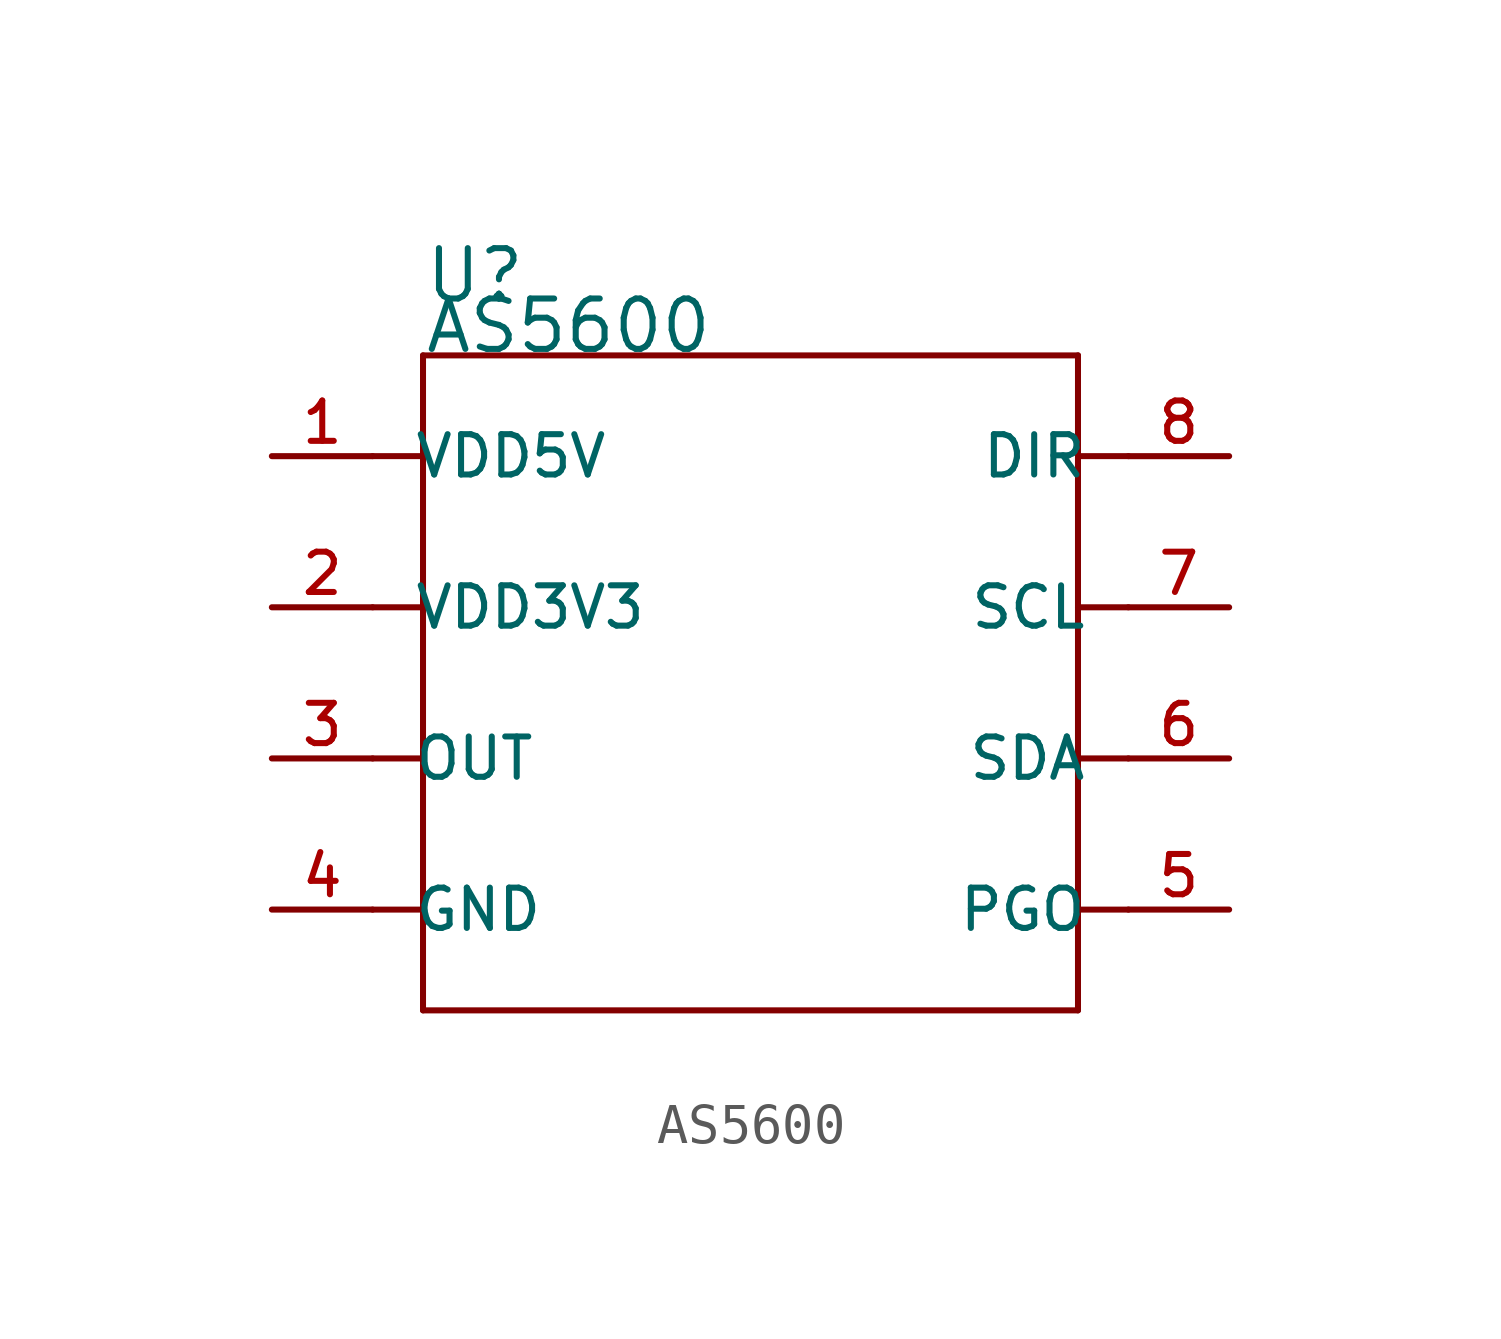
<source format=kicad_sym>
(kicad_symbol_lib
  (version 20211014)
  (generator kicad_symbol_editor)
  (symbol "AS5600"
    (pin_names
      (offset 1.016))
    (property "Reference" "U"
      (at -7.62 10.16 0)
      (effects (font (size 1.27 1.27)) (justify left bottom)))
    (property "Value" "AS5600"
      (at -7.62 8.89 0)
      (effects (font (size 1.27 1.27)) (justify left bottom)))
    (property "ki_locked" ""
      (at 0 0 0)
      (effects (font (size 1.27 1.27))))
    (symbol "AS5600_0_0"
      (polyline (pts (xy -7.62 -7.62) (xy -7.62 -5.08)) (stroke (width 0.152) (type default) (color 0 0 0 0)) (fill (type none)))
      (polyline (pts (xy -7.62 -5.08) (xy -8.89 -5.08)) (stroke (width 0.152) (type default) (color 0 0 0 0)) (fill (type none)))
      (polyline (pts (xy -7.62 -5.08) (xy -7.62 -1.27)) (stroke (width 0.152) (type default) (color 0 0 0 0)) (fill (type none)))
      (polyline (pts (xy -7.62 -1.27) (xy -8.89 -1.27)) (stroke (width 0.152) (type default) (color 0 0 0 0)) (fill (type none)))
      (polyline (pts (xy -7.62 -1.27) (xy -7.62 2.54)) (stroke (width 0.152) (type default) (color 0 0 0 0)) (fill (type none)))
      (polyline (pts (xy -7.62 2.54) (xy -8.89 2.54)) (stroke (width 0.152) (type default) (color 0 0 0 0)) (fill (type none)))
      (polyline (pts (xy -7.62 2.54) (xy -7.62 6.35)) (stroke (width 0.152) (type default) (color 0 0 0 0)) (fill (type none)))
      (polyline (pts (xy -7.62 6.35) (xy -8.89 6.35)) (stroke (width 0.152) (type default) (color 0 0 0 0)) (fill (type none)))
      (polyline (pts (xy -7.62 6.35) (xy -7.62 8.89)) (stroke (width 0.152) (type default) (color 0 0 0 0)) (fill (type none)))
      (polyline (pts (xy -7.62 8.89) (xy 8.89 8.89)) (stroke (width 0.152) (type default) (color 0 0 0 0)) (fill (type none)))
      (polyline (pts (xy 8.89 -7.62) (xy -7.62 -7.62)) (stroke (width 0.152) (type default) (color 0 0 0 0)) (fill (type none)))
      (polyline (pts (xy 8.89 -5.08) (xy 8.89 -7.62)) (stroke (width 0.152) (type default) (color 0 0 0 0)) (fill (type none)))
      (polyline (pts (xy 8.89 -1.27) (xy 8.89 -5.08)) (stroke (width 0.152) (type default) (color 0 0 0 0)) (fill (type none)))
      (polyline (pts (xy 8.89 2.54) (xy 8.89 -1.27)) (stroke (width 0.152) (type default) (color 0 0 0 0)) (fill (type none)))
      (polyline (pts (xy 8.89 6.35) (xy 8.89 2.54)) (stroke (width 0.152) (type default) (color 0 0 0 0)) (fill (type none)))
      (polyline (pts (xy 8.89 8.89) (xy 8.89 6.35)) (stroke (width 0.152) (type default) (color 0 0 0 0)) (fill (type none)))
      (polyline (pts (xy 10.16 -5.08) (xy 8.89 -5.08)) (stroke (width 0.152) (type default) (color 0 0 0 0)) (fill (type none)))
      (polyline (pts (xy 10.16 -1.27) (xy 8.89 -1.27)) (stroke (width 0.152) (type default) (color 0 0 0 0)) (fill (type none)))
      (polyline (pts (xy 10.16 2.54) (xy 8.89 2.54)) (stroke (width 0.152) (type default) (color 0 0 0 0)) (fill (type none)))
      (polyline (pts (xy 10.16 6.35) (xy 8.89 6.35)) (stroke (width 0.152) (type default) (color 0 0 0 0)) (fill (type none)))
      (pin bidirectional line (at -11.43 6.35 0) (length 2.54) (name "VDD5V" (effects (font (size 1.016 1.016)))) (number "1" (effects (font (size 1.016 1.016)))))
      (pin bidirectional line (at -11.43 2.54 0) (length 2.54) (name "VDD3V3" (effects (font (size 1.016 1.016)))) (number "2" (effects (font (size 1.016 1.016)))))
      (pin bidirectional line (at -11.43 -1.27 0) (length 2.54) (name "OUT" (effects (font (size 1.016 1.016)))) (number "3" (effects (font (size 1.016 1.016)))))
      (pin bidirectional line (at -11.43 -5.08 0) (length 2.54) (name "GND" (effects (font (size 1.016 1.016)))) (number "4" (effects (font (size 1.016 1.016)))))
      (pin bidirectional line (at 12.7 -5.08 180) (length 2.54) (name "PGO" (effects (font (size 1.016 1.016)))) (number "5" (effects (font (size 1.016 1.016)))))
      (pin bidirectional line (at 12.7 -1.27 180) (length 2.54) (name "SDA" (effects (font (size 1.016 1.016)))) (number "6" (effects (font (size 1.016 1.016)))))
      (pin bidirectional line (at 12.7 2.54 180) (length 2.54) (name "SCL" (effects (font (size 1.016 1.016)))) (number "7" (effects (font (size 1.016 1.016)))))
      (pin bidirectional line (at 12.7 6.35 180) (length 2.54) (name "DIR" (effects (font (size 1.016 1.016)))) (number "8" (effects (font (size 1.016 1.016))))))))
</source>
